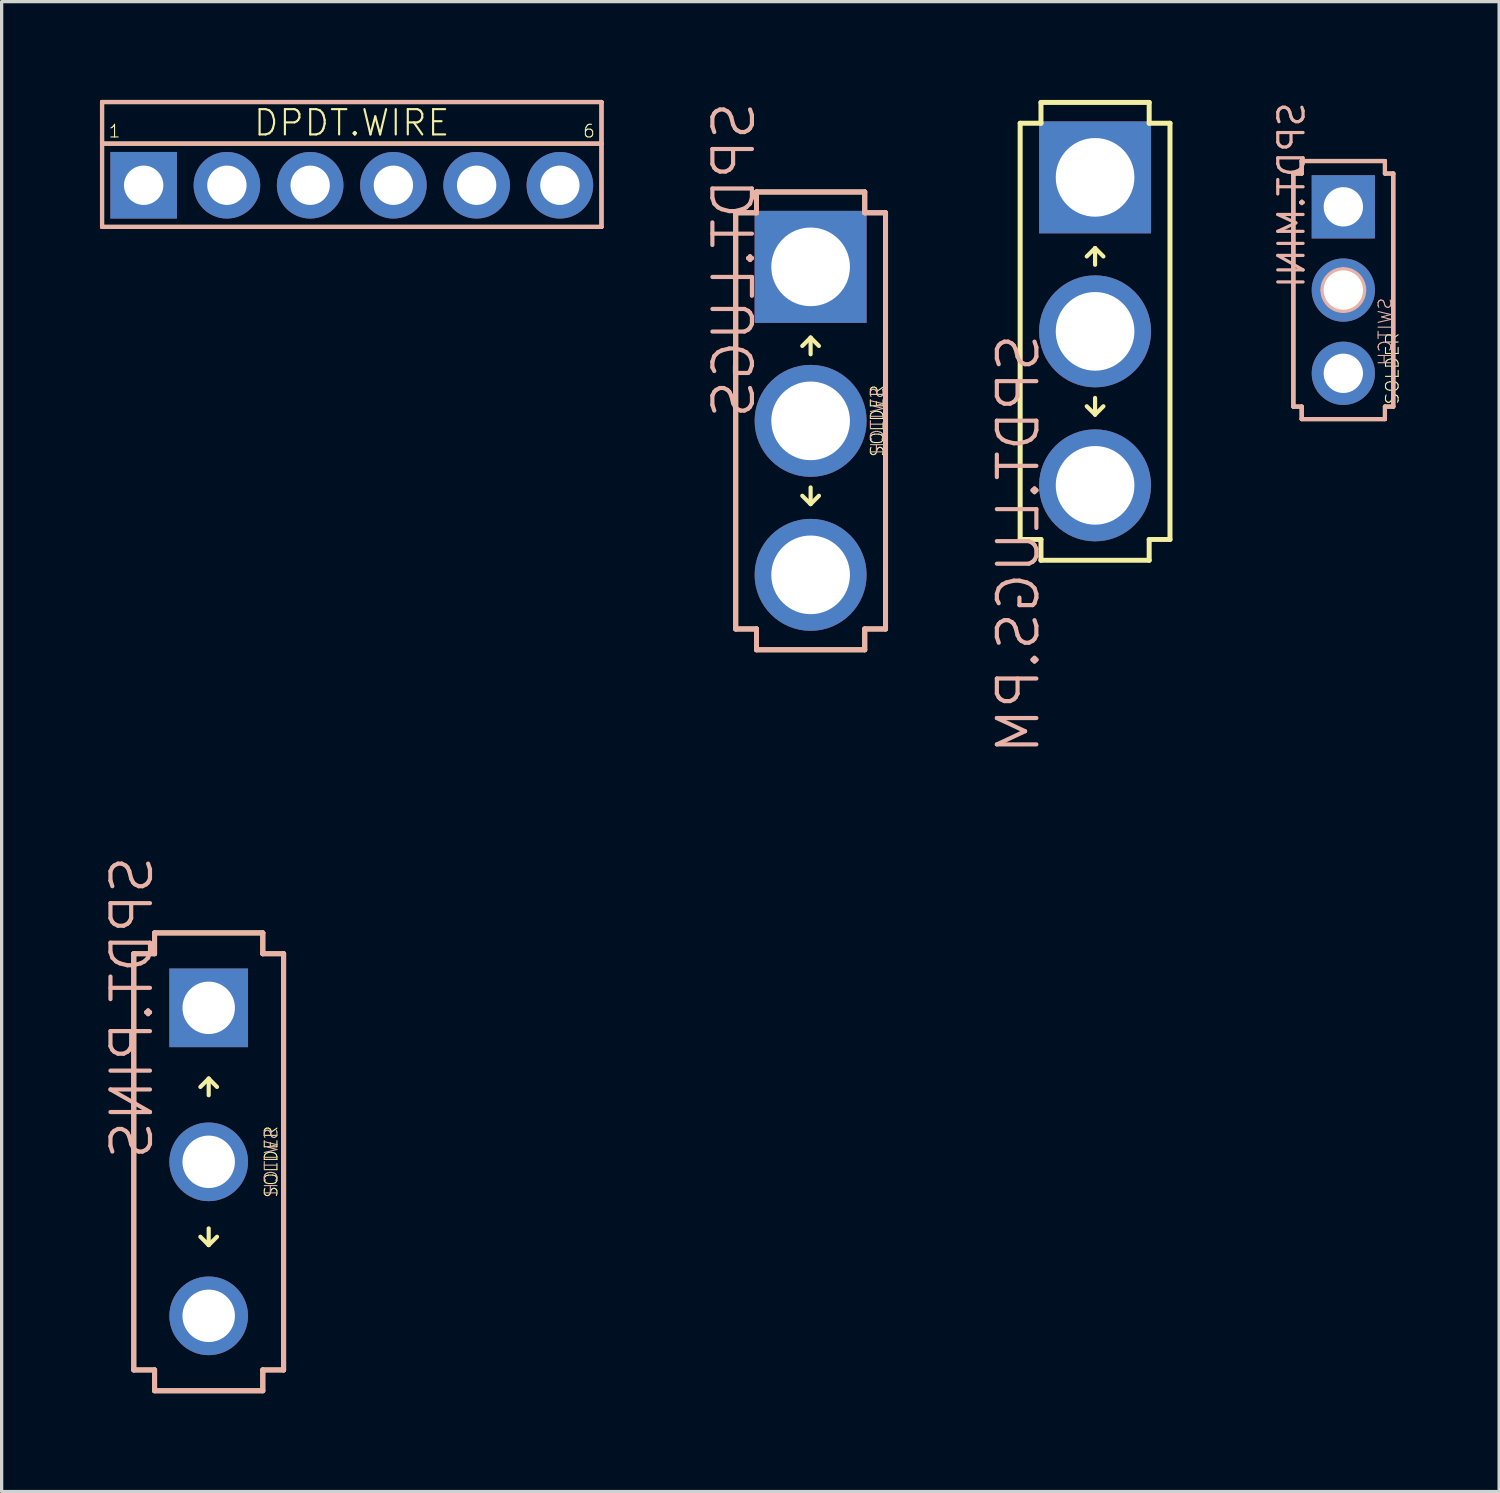
<source format=kicad_pcb>
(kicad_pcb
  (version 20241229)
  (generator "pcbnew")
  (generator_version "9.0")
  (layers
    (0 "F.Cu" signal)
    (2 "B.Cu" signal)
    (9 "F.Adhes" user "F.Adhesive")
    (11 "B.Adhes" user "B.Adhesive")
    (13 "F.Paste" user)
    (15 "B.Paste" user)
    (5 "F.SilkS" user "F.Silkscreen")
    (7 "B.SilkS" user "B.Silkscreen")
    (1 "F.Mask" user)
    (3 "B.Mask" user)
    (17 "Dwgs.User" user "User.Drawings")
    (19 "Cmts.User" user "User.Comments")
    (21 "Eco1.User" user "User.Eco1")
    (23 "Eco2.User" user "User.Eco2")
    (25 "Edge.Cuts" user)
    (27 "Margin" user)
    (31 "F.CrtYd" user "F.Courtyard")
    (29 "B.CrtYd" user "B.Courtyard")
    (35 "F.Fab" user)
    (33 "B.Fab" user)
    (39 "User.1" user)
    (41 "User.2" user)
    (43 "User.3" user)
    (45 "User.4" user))
  (footprint "SPDT.PINS"
    (layer "F.Cu")
    (at 3.318 32.402)
    (property "Reference" "SPDT.PINS" (at -3.048 0 270) (layer "B.SilkS") (effects (font (size 1.206 1.206) (thickness 0.127)) (justify right top mirror)))
    (attr through_hole)
    (fp_line (start -2.286 -6.35) (end -1.651 -6.35) (stroke (width 0.152) (type solid)) (layer "F.SilkS"))
    (fp_line (start -2.286 6.35) (end -2.286 -6.35) (stroke (width 0.152) (type solid)) (layer "F.SilkS"))
    (fp_line (start -1.651 -6.985) (end 1.651 -6.985) (stroke (width 0.152) (type solid)) (layer "F.SilkS"))
    (fp_line (start -1.651 -6.35) (end -1.651 -6.985) (stroke (width 0.152) (type solid)) (layer "F.SilkS"))
    (fp_line (start -1.651 6.35) (end -2.286 6.35) (stroke (width 0.152) (type solid)) (layer "F.SilkS"))
    (fp_line (start -1.651 6.985) (end -1.651 6.35) (stroke (width 0.152) (type solid)) (layer "F.SilkS"))
    (fp_line (start 0 -2.54) (end -0.254 -2.286) (stroke (width 0.127) (type solid)) (layer "F.SilkS"))
    (fp_line (start 0 -2.54) (end 0.254 -2.286) (stroke (width 0.127) (type solid)) (layer "F.SilkS"))
    (fp_line (start 0 -2.032) (end 0 -2.54) (stroke (width 0.127) (type solid)) (layer "F.SilkS"))
    (fp_line (start 0 2.032) (end 0 2.54) (stroke (width 0.127) (type solid)) (layer "F.SilkS"))
    (fp_line (start 0 2.54) (end -0.254 2.286) (stroke (width 0.127) (type solid)) (layer "F.SilkS"))
    (fp_line (start 0 2.54) (end 0.254 2.286) (stroke (width 0.127) (type solid)) (layer "F.SilkS"))
    (fp_line (start 1.651 -6.985) (end 1.651 -6.35) (stroke (width 0.152) (type solid)) (layer "F.SilkS"))
    (fp_line (start 1.651 -6.35) (end 2.286 -6.35) (stroke (width 0.152) (type solid)) (layer "F.SilkS"))
    (fp_line (start 1.651 6.35) (end 1.651 6.985) (stroke (width 0.152) (type solid)) (layer "F.SilkS"))
    (fp_line (start 1.651 6.985) (end -1.651 6.985) (stroke (width 0.152) (type solid)) (layer "F.SilkS"))
    (fp_line (start 2.286 -6.35) (end 2.286 6.35) (stroke (width 0.152) (type solid)) (layer "F.SilkS"))
    (fp_line (start 2.286 6.35) (end 1.651 6.35) (stroke (width 0.152) (type solid)) (layer "F.SilkS"))
    (fp_line (start -2.286 -6.35) (end -2.286 6.35) (stroke (width 0.152) (type solid)) (layer "B.SilkS"))
    (fp_line (start -2.286 6.35) (end -1.651 6.35) (stroke (width 0.152) (type solid)) (layer "B.SilkS"))
    (fp_line (start -1.651 -6.985) (end -1.651 -6.35) (stroke (width 0.152) (type solid)) (layer "B.SilkS"))
    (fp_line (start -1.651 -6.35) (end -2.286 -6.35) (stroke (width 0.152) (type solid)) (layer "B.SilkS"))
    (fp_line (start -1.651 6.35) (end -1.651 6.985) (stroke (width 0.152) (type solid)) (layer "B.SilkS"))
    (fp_line (start -1.651 6.985) (end 1.651 6.985) (stroke (width 0.152) (type solid)) (layer "B.SilkS"))
    (fp_line (start -0.635 0) (end 0.635 0) (stroke (width 0.127) (type solid)) (layer "B.SilkS"))
    (fp_line (start 0 -0.635) (end 0 0.635) (stroke (width 0.127) (type solid)) (layer "B.SilkS"))
    (fp_line (start 1.651 -6.985) (end -1.651 -6.985) (stroke (width 0.152) (type solid)) (layer "B.SilkS"))
    (fp_line (start 1.651 -6.35) (end 1.651 -6.985) (stroke (width 0.152) (type solid)) (layer "B.SilkS"))
    (fp_line (start 1.651 6.35) (end 2.286 6.35) (stroke (width 0.152) (type solid)) (layer "B.SilkS"))
    (fp_line (start 1.651 6.985) (end 1.651 6.35) (stroke (width 0.152) (type solid)) (layer "B.SilkS"))
    (fp_line (start 2.286 -6.35) (end 1.651 -6.35) (stroke (width 0.152) (type solid)) (layer "B.SilkS"))
    (fp_line (start 2.286 6.35) (end 2.286 -6.35) (stroke (width 0.152) (type solid)) (layer "B.SilkS"))
    (fp_circle (center 0 0) (end 0.635 0) (stroke (width 0.127) (type solid)) (fill no) (layer "B.SilkS"))
    (fp_text user "SOLDER" (at 1.905 0 90) (layer "F.SilkS") (effects (font (size 0.386 0.386) (thickness 0.033))))
    (fp_text user "SWITCH" (at 1.905 0 270) (layer "B.SilkS") (effects (font (size 0.386 0.386) (thickness 0.033)) (justify mirror)))
    (pad "1" thru_hole rect (at 0 -4.699) (size 2.4 2.4) (drill 1.6) (layers "*.Cu" "*.Mask"))
    (pad "2" thru_hole oval (at 0 0) (size 2.4 2.4) (drill 1.6) (layers "*.Cu" "*.Mask"))
    (pad "3" thru_hole oval (at 0 4.699) (size 2.4 2.4) (drill 1.6) (layers "*.Cu" "*.Mask")))
  (footprint "DPDT.WIRE"
    (layer "F.Cu")
    (at 7.684 2.603)
    (property "Reference" "DPDT.WIRE" (at 0 -1.905 0) (layer "F.SilkS") (effects (font (size 0.772 0.772) (thickness 0.065))))
    (attr through_hole)
    (fp_line (start -7.62 -2.54) (end 7.62 -2.54) (stroke (width 0.127) (type solid)) (layer "F.SilkS"))
    (fp_line (start -7.62 -1.27) (end -7.62 -2.54) (stroke (width 0.127) (type solid)) (layer "F.SilkS"))
    (fp_line (start -7.62 -1.27) (end 7.62 -1.27) (stroke (width 0.127) (type solid)) (layer "F.SilkS"))
    (fp_line (start -7.62 1.27) (end -7.62 -1.27) (stroke (width 0.127) (type solid)) (layer "F.SilkS"))
    (fp_line (start 7.62 -2.54) (end 7.62 -1.27) (stroke (width 0.127) (type solid)) (layer "F.SilkS"))
    (fp_line (start 7.62 -1.27) (end 7.62 1.27) (stroke (width 0.127) (type solid)) (layer "F.SilkS"))
    (fp_line (start 7.62 1.27) (end -7.62 1.27) (stroke (width 0.127) (type solid)) (layer "F.SilkS"))
    (fp_line (start -7.62 -2.54) (end -7.62 -1.27) (stroke (width 0.127) (type solid)) (layer "B.SilkS"))
    (fp_line (start -7.62 1.27) (end -7.62 -1.27) (stroke (width 0.127) (type solid)) (layer "B.SilkS"))
    (fp_line (start -7.62 1.27) (end 7.62 1.27) (stroke (width 0.127) (type solid)) (layer "B.SilkS"))
    (fp_line (start 7.62 -2.54) (end -7.62 -2.54) (stroke (width 0.127) (type solid)) (layer "B.SilkS"))
    (fp_line (start 7.62 -1.27) (end -7.62 -1.27) (stroke (width 0.127) (type solid)) (layer "B.SilkS"))
    (fp_line (start 7.62 -1.27) (end 7.62 -2.54) (stroke (width 0.127) (type solid)) (layer "B.SilkS"))
    (fp_line (start 7.62 -1.27) (end 7.62 1.27) (stroke (width 0.127) (type solid)) (layer "B.SilkS"))
    (fp_text user "1" (at -7.239 -1.651 0) (layer "F.SilkS") (effects (font (size 0.386 0.386) (thickness 0.033))))
    (fp_text user "6" (at 7.239 -1.651 0) (layer "F.SilkS") (effects (font (size 0.386 0.386) (thickness 0.033))))
    (pad "1" thru_hole rect (at -6.35 0) (size 2.032 2.032) (drill 1.2) (layers "*.Cu" "*.Mask"))
    (pad "2" thru_hole oval (at -3.81 0) (size 2.032 2.032) (drill 1.2) (layers "*.Cu" "*.Mask"))
    (pad "3" thru_hole oval (at -1.27 0) (size 2.032 2.032) (drill 1.2) (layers "*.Cu" "*.Mask"))
    (pad "4" thru_hole oval (at 1.27 0) (size 2.032 2.032) (drill 1.2) (layers "*.Cu" "*.Mask"))
    (pad "5" thru_hole oval (at 3.81 0) (size 2.032 2.032) (drill 1.2) (layers "*.Cu" "*.Mask"))
    (pad "6" thru_hole oval (at 6.35 0) (size 2.032 2.032) (drill 1.2) (layers "*.Cu" "*.Mask")))
  (footprint "SPDT.LUGS"
    (layer "F.Cu")
    (at 21.685 9.792)
    (property "Reference" "SPDT.LUGS" (at -3.048 0 270) (layer "B.SilkS") (effects (font (size 1.206 1.206) (thickness 0.127)) (justify right top mirror)))
    (attr through_hole)
    (fp_line (start -2.286 -6.35) (end -1.651 -6.35) (stroke (width 0.152) (type solid)) (layer "F.SilkS"))
    (fp_line (start -2.286 6.35) (end -2.286 -6.35) (stroke (width 0.152) (type solid)) (layer "F.SilkS"))
    (fp_line (start -1.651 -6.985) (end 1.651 -6.985) (stroke (width 0.152) (type solid)) (layer "F.SilkS"))
    (fp_line (start -1.651 -6.35) (end -1.651 -6.985) (stroke (width 0.152) (type solid)) (layer "F.SilkS"))
    (fp_line (start -1.651 6.35) (end -2.286 6.35) (stroke (width 0.152) (type solid)) (layer "F.SilkS"))
    (fp_line (start -1.651 6.985) (end -1.651 6.35) (stroke (width 0.152) (type solid)) (layer "F.SilkS"))
    (fp_line (start 0 -2.54) (end -0.254 -2.286) (stroke (width 0.127) (type solid)) (layer "F.SilkS"))
    (fp_line (start 0 -2.54) (end 0.254 -2.286) (stroke (width 0.127) (type solid)) (layer "F.SilkS"))
    (fp_line (start 0 -2.032) (end 0 -2.54) (stroke (width 0.127) (type solid)) (layer "F.SilkS"))
    (fp_line (start 0 2.032) (end 0 2.54) (stroke (width 0.127) (type solid)) (layer "F.SilkS"))
    (fp_line (start 0 2.54) (end -0.254 2.286) (stroke (width 0.127) (type solid)) (layer "F.SilkS"))
    (fp_line (start 0 2.54) (end 0.254 2.286) (stroke (width 0.127) (type solid)) (layer "F.SilkS"))
    (fp_line (start 1.651 -6.985) (end 1.651 -6.35) (stroke (width 0.152) (type solid)) (layer "F.SilkS"))
    (fp_line (start 1.651 -6.35) (end 2.286 -6.35) (stroke (width 0.152) (type solid)) (layer "F.SilkS"))
    (fp_line (start 1.651 6.35) (end 1.651 6.985) (stroke (width 0.152) (type solid)) (layer "F.SilkS"))
    (fp_line (start 1.651 6.985) (end -1.651 6.985) (stroke (width 0.152) (type solid)) (layer "F.SilkS"))
    (fp_line (start 2.286 -6.35) (end 2.286 6.35) (stroke (width 0.152) (type solid)) (layer "F.SilkS"))
    (fp_line (start 2.286 6.35) (end 1.651 6.35) (stroke (width 0.152) (type solid)) (layer "F.SilkS"))
    (fp_line (start -2.286 -6.35) (end -2.286 6.35) (stroke (width 0.152) (type solid)) (layer "B.SilkS"))
    (fp_line (start -2.286 6.35) (end -1.651 6.35) (stroke (width 0.152) (type solid)) (layer "B.SilkS"))
    (fp_line (start -1.651 -6.985) (end -1.651 -6.35) (stroke (width 0.152) (type solid)) (layer "B.SilkS"))
    (fp_line (start -1.651 -6.35) (end -2.286 -6.35) (stroke (width 0.152) (type solid)) (layer "B.SilkS"))
    (fp_line (start -1.651 6.35) (end -1.651 6.985) (stroke (width 0.152) (type solid)) (layer "B.SilkS"))
    (fp_line (start -1.651 6.985) (end 1.651 6.985) (stroke (width 0.152) (type solid)) (layer "B.SilkS"))
    (fp_line (start -0.635 0) (end 0.635 0) (stroke (width 0.127) (type solid)) (layer "B.SilkS"))
    (fp_line (start 0 -0.635) (end 0 0.635) (stroke (width 0.127) (type solid)) (layer "B.SilkS"))
    (fp_line (start 1.651 -6.985) (end -1.651 -6.985) (stroke (width 0.152) (type solid)) (layer "B.SilkS"))
    (fp_line (start 1.651 -6.35) (end 1.651 -6.985) (stroke (width 0.152) (type solid)) (layer "B.SilkS"))
    (fp_line (start 1.651 6.35) (end 2.286 6.35) (stroke (width 0.152) (type solid)) (layer "B.SilkS"))
    (fp_line (start 1.651 6.985) (end 1.651 6.35) (stroke (width 0.152) (type solid)) (layer "B.SilkS"))
    (fp_line (start 2.286 -6.35) (end 1.651 -6.35) (stroke (width 0.152) (type solid)) (layer "B.SilkS"))
    (fp_line (start 2.286 6.35) (end 2.286 -6.35) (stroke (width 0.152) (type solid)) (layer "B.SilkS"))
    (fp_circle (center 0 0) (end 0.635 0) (stroke (width 0.127) (type solid)) (fill no) (layer "B.SilkS"))
    (fp_text user "SOLDER" (at 2.032 0 90) (layer "F.SilkS") (effects (font (size 0.386 0.386) (thickness 0.033))))
    (fp_text user "SWITCH" (at 2.032 0 270) (layer "B.SilkS") (effects (font (size 0.386 0.386) (thickness 0.033)) (justify mirror)))
    (pad "1" thru_hole rect (at 0 -4.699) (size 3.416 3.416) (drill 2.4) (layers "*.Cu" "*.Mask"))
    (pad "2" thru_hole oval (at 0 0) (size 3.416 3.416) (drill 2.4) (layers "*.Cu" "*.Mask"))
    (pad "3" thru_hole oval (at 0 4.699) (size 3.416 3.416) (drill 2.4) (layers "*.Cu" "*.Mask")))
  (footprint "SPDT.MINI"
    (layer "F.Cu")
    (at 37.94 5.801)
    (property "Reference" "SPDT.MINI" (at -2.032 0 270) (layer "B.SilkS") (effects (font (size 0.772 0.772) (thickness 0.098)) (justify right top mirror)))
    (attr through_hole)
    (fp_line (start -1.524 -3.556) (end -1.27 -3.556) (stroke (width 0.127) (type solid)) (layer "F.SilkS"))
    (fp_line (start -1.524 3.556) (end -1.524 -3.556) (stroke (width 0.127) (type solid)) (layer "F.SilkS"))
    (fp_line (start -1.27 -3.556) (end -1.27 -3.937) (stroke (width 0.127) (type solid)) (layer "F.SilkS"))
    (fp_line (start -1.27 3.556) (end -1.524 3.556) (stroke (width 0.127) (type solid)) (layer "F.SilkS"))
    (fp_line (start -1.27 3.937) (end -1.27 3.556) (stroke (width 0.127) (type solid)) (layer "F.SilkS"))
    (fp_line (start 1.27 -3.937) (end -1.27 -3.937) (stroke (width 0.127) (type solid)) (layer "F.SilkS"))
    (fp_line (start 1.27 -3.556) (end 1.27 -3.937) (stroke (width 0.127) (type solid)) (layer "F.SilkS"))
    (fp_line (start 1.27 3.556) (end 1.524 3.556) (stroke (width 0.127) (type solid)) (layer "F.SilkS"))
    (fp_line (start 1.27 3.937) (end -1.27 3.937) (stroke (width 0.127) (type solid)) (layer "F.SilkS"))
    (fp_line (start 1.27 3.937) (end 1.27 3.556) (stroke (width 0.127) (type solid)) (layer "F.SilkS"))
    (fp_line (start 1.524 -3.556) (end 1.27 -3.556) (stroke (width 0.127) (type solid)) (layer "F.SilkS"))
    (fp_line (start 1.524 3.556) (end 1.524 -3.556) (stroke (width 0.127) (type solid)) (layer "F.SilkS"))
    (fp_line (start -1.524 -3.556) (end -1.27 -3.556) (stroke (width 0.127) (type solid)) (layer "B.SilkS"))
    (fp_line (start -1.524 3.556) (end -1.524 -3.556) (stroke (width 0.127) (type solid)) (layer "B.SilkS"))
    (fp_line (start -1.27 -3.937) (end 1.27 -3.937) (stroke (width 0.127) (type solid)) (layer "B.SilkS"))
    (fp_line (start -1.27 -3.556) (end -1.27 -3.937) (stroke (width 0.127) (type solid)) (layer "B.SilkS"))
    (fp_line (start -1.27 3.556) (end -1.524 3.556) (stroke (width 0.127) (type solid)) (layer "B.SilkS"))
    (fp_line (start -1.27 3.937) (end -1.27 3.556) (stroke (width 0.127) (type solid)) (layer "B.SilkS"))
    (fp_line (start -1.27 3.937) (end 1.27 3.937) (stroke (width 0.127) (type solid)) (layer "B.SilkS"))
    (fp_line (start -0.635 0) (end 0.635 0) (stroke (width 0.127) (type solid)) (layer "B.SilkS"))
    (fp_line (start 0 -0.635) (end 0 0.635) (stroke (width 0.127) (type solid)) (layer "B.SilkS"))
    (fp_line (start 1.27 -3.556) (end 1.27 -3.937) (stroke (width 0.127) (type solid)) (layer "B.SilkS"))
    (fp_line (start 1.27 3.556) (end 1.524 3.556) (stroke (width 0.127) (type solid)) (layer "B.SilkS"))
    (fp_line (start 1.27 3.937) (end 1.27 3.556) (stroke (width 0.127) (type solid)) (layer "B.SilkS"))
    (fp_line (start 1.524 -3.556) (end 1.27 -3.556) (stroke (width 0.127) (type solid)) (layer "B.SilkS"))
    (fp_line (start 1.524 3.556) (end 1.524 -3.556) (stroke (width 0.127) (type solid)) (layer "B.SilkS"))
    (fp_circle (center 0 0) (end 0.635 0) (stroke (width 0.127) (type solid)) (fill no) (layer "B.SilkS"))
    (fp_text user "SOLDER" (at 1.27 1.27 90) (layer "F.SilkS") (effects (font (size 0.386 0.386) (thickness 0.033)) (justify right top)))
    (fp_text user "SWITCH" (at 1.27 1.27 270) (layer "B.SilkS") (effects (font (size 0.386 0.386) (thickness 0.033)) (justify mirror)))
    (pad "1" thru_hole rect (at 0 -2.54 270) (size 1.93 1.93) (drill 1.2) (layers "*.Cu" "*.Mask"))
    (pad "2" thru_hole oval (at 0 0 270) (size 1.93 1.93) (drill 1.2) (layers "*.Cu" "*.Mask"))
    (pad "3" thru_hole oval (at 0 2.54 270) (size 1.93 1.93) (drill 1.2) (layers "*.Cu" "*.Mask")))
  (footprint "SPDT.LUGS.PM"
    (layer "F.Cu")
    (at 30.365 7.061)
    (property "Reference" "SPDT.LUGS.PM" (at -3.048 0 90) (layer "B.SilkS") (effects (font (size 1.206 1.206) (thickness 0.127)) (justify left top mirror)))
    (attr through_hole)
    (fp_line (start -2.286 -6.35) (end -1.651 -6.35) (stroke (width 0.152) (type solid)) (layer "F.SilkS"))
    (fp_line (start -2.286 6.35) (end -2.286 -6.35) (stroke (width 0.152) (type solid)) (layer "F.SilkS"))
    (fp_line (start -1.651 -6.985) (end 1.651 -6.985) (stroke (width 0.152) (type solid)) (layer "F.SilkS"))
    (fp_line (start -1.651 -6.35) (end -1.651 -6.985) (stroke (width 0.152) (type solid)) (layer "F.SilkS"))
    (fp_line (start -1.651 6.35) (end -2.286 6.35) (stroke (width 0.152) (type solid)) (layer "F.SilkS"))
    (fp_line (start -1.651 6.985) (end -1.651 6.35) (stroke (width 0.152) (type solid)) (layer "F.SilkS"))
    (fp_line (start 0 -2.54) (end -0.254 -2.286) (stroke (width 0.127) (type solid)) (layer "F.SilkS"))
    (fp_line (start 0 -2.54) (end 0.254 -2.286) (stroke (width 0.127) (type solid)) (layer "F.SilkS"))
    (fp_line (start 0 -2.032) (end 0 -2.54) (stroke (width 0.127) (type solid)) (layer "F.SilkS"))
    (fp_line (start 0 2.032) (end 0 2.54) (stroke (width 0.127) (type solid)) (layer "F.SilkS"))
    (fp_line (start 0 2.54) (end -0.254 2.286) (stroke (width 0.127) (type solid)) (layer "F.SilkS"))
    (fp_line (start 0 2.54) (end 0.254 2.286) (stroke (width 0.127) (type solid)) (layer "F.SilkS"))
    (fp_line (start 1.651 -6.985) (end 1.651 -6.35) (stroke (width 0.152) (type solid)) (layer "F.SilkS"))
    (fp_line (start 1.651 -6.35) (end 2.286 -6.35) (stroke (width 0.152) (type solid)) (layer "F.SilkS"))
    (fp_line (start 1.651 6.35) (end 1.651 6.985) (stroke (width 0.152) (type solid)) (layer "F.SilkS"))
    (fp_line (start 1.651 6.985) (end -1.651 6.985) (stroke (width 0.152) (type solid)) (layer "F.SilkS"))
    (fp_line (start 2.286 -6.35) (end 2.286 6.35) (stroke (width 0.152) (type solid)) (layer "F.SilkS"))
    (fp_line (start 2.286 6.35) (end 1.651 6.35) (stroke (width 0.152) (type solid)) (layer "F.SilkS"))
    (fp_line (start -0.635 0) (end 0.635 0) (stroke (width 0.127) (type solid)) (layer "B.SilkS"))
    (fp_line (start 0 -0.635) (end 0 0.635) (stroke (width 0.127) (type solid)) (layer "B.SilkS"))
    (fp_circle (center 0 0) (end 0.635 0) (stroke (width 0.127) (type solid)) (fill no) (layer "B.SilkS"))
    (fp_line (start -2.286 -6.35) (end -2.286 6.35) (stroke (width 0.152) (type solid)) (layer "User.1"))
    (fp_line (start -2.286 6.35) (end -1.651 6.35) (stroke (width 0.152) (type solid)) (layer "User.1"))
    (fp_line (start -1.651 -6.985) (end -1.651 -6.35) (stroke (width 0.152) (type solid)) (layer "User.1"))
    (fp_line (start -1.651 -6.35) (end -2.286 -6.35) (stroke (width 0.152) (type solid)) (layer "User.1"))
    (fp_line (start -1.651 6.35) (end -1.651 6.985) (stroke (width 0.152) (type solid)) (layer "User.1"))
    (fp_line (start -1.651 6.985) (end 1.651 6.985) (stroke (width 0.152) (type solid)) (layer "User.1"))
    (fp_line (start 1.651 -6.985) (end -1.651 -6.985) (stroke (width 0.152) (type solid)) (layer "User.1"))
    (fp_line (start 1.651 -6.35) (end 1.651 -6.985) (stroke (width 0.152) (type solid)) (layer "User.1"))
    (fp_line (start 1.651 6.35) (end 2.286 6.35) (stroke (width 0.152) (type solid)) (layer "User.1"))
    (fp_line (start 1.651 6.985) (end 1.651 6.35) (stroke (width 0.152) (type solid)) (layer "User.1"))
    (fp_line (start 2.286 -6.35) (end 1.651 -6.35) (stroke (width 0.152) (type solid)) (layer "User.1"))
    (fp_line (start 2.286 6.35) (end 2.286 -6.35) (stroke (width 0.152) (type solid)) (layer "User.1"))
    (pad "1" thru_hole rect (at 0 -4.699) (size 3.416 3.416) (drill 2.4) (layers "*.Cu" "*.Mask"))
    (pad "2" thru_hole oval (at 0 0) (size 3.416 3.416) (drill 2.4) (layers "*.Cu" "*.Mask"))
    (pad "3" thru_hole oval (at 0 4.699) (size 3.416 3.416) (drill 2.4) (layers "*.Cu" "*.Mask")))
  (gr_rect
    (start -3 -3)
    (end 42.694 42.464)
    (stroke (width 0.1) (type default))
    (fill no)
    (layer "Edge.Cuts")))
</source>
